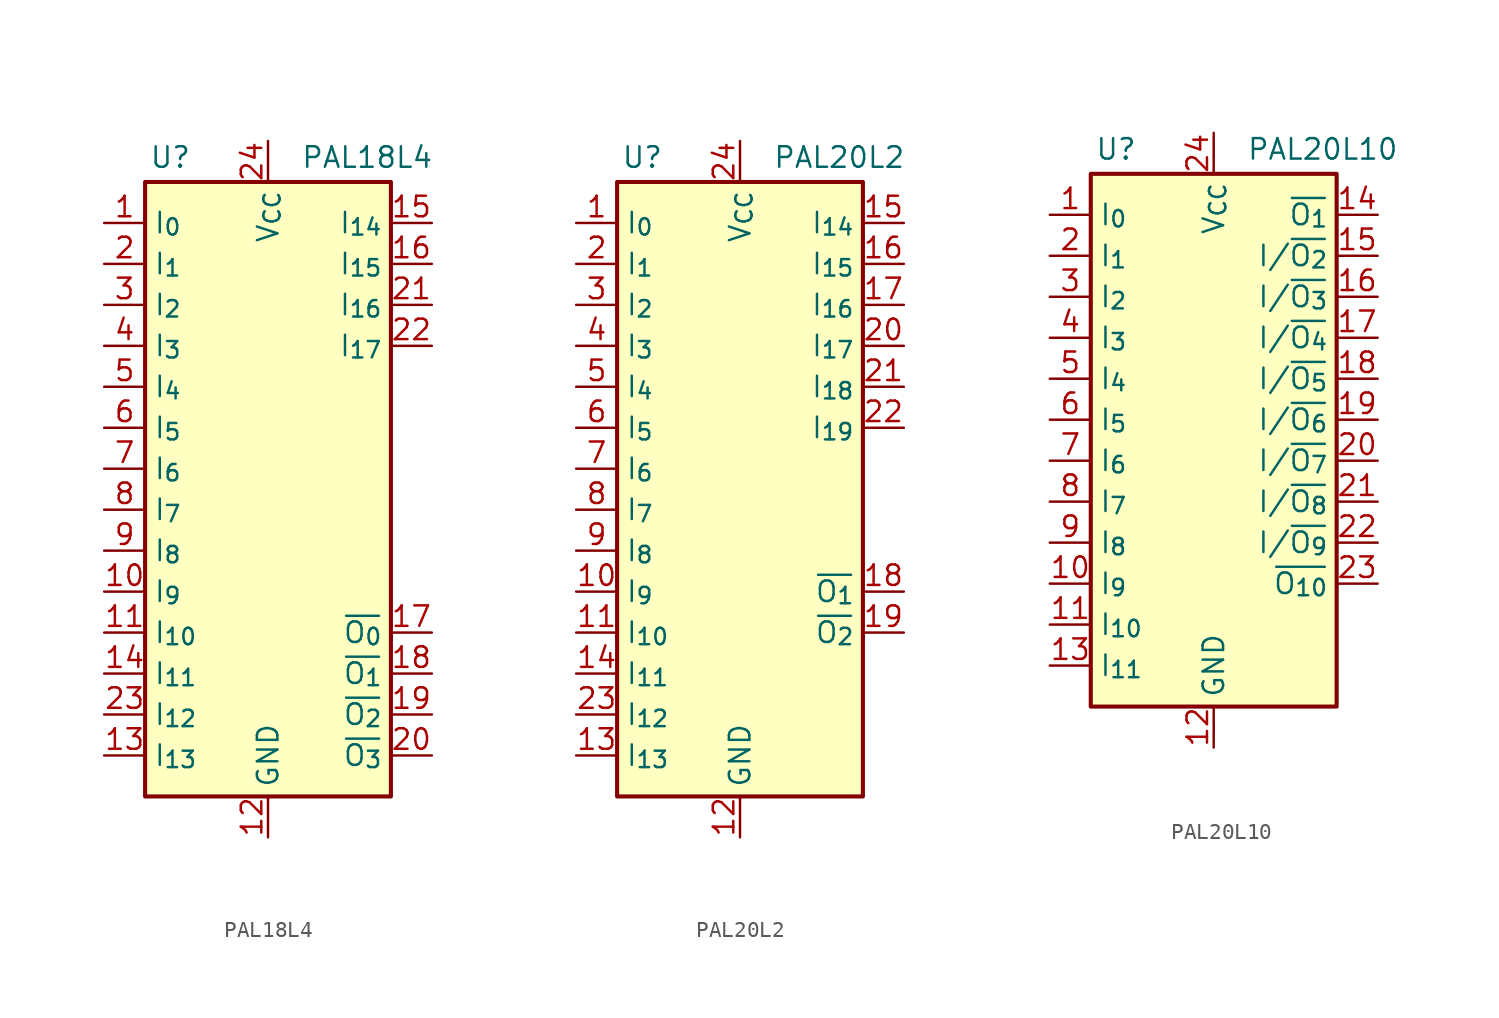
<source format=kicad_sym>
(kicad_symbol_lib
  (version 20241209)
  (generator "kicad_symbol_editor")
  (generator_version "9.0")
  (symbol "PAL18L4"
    (property "Reference" "U"
      (at -7.366 21.844 0)
      (effects (font (size 1.27 1.27)) (justify left)))
    (property "Value" "PAL18L4"
      (at 2.032 21.844 0)
      (effects (font (size 1.27 1.27)) (justify left)))
    (symbol "PAL18L4_0_0"
      (pin power_in line (at 0 -20.32 90) (length 2.54) (name "GND" (effects (font (size 1.27 1.27)))) (number "12" (effects (font (size 1.27 1.27))))))
    (symbol "PAL18L4_0_1"
      (rectangle (start -7.62 20.32) (end 7.62 -17.78) (stroke (width 0.254) (type default)) (fill (type background))))
    (symbol "PAL18L4_1_0"
      (pin power_in line (at 0 22.86 270) (length 2.54) (name "V_{CC}" (effects (font (size 1.27 1.27)))) (number "24" (effects (font (size 1.27 1.27))))))
    (symbol "PAL18L4_1_1"
      (pin input line (at -10.16 17.78 0) (length 2.54) (name "I_{0}" (effects (font (size 1.27 1.27)))) (number "1" (effects (font (size 1.27 1.27)))))
      (pin input line (at -10.16 15.24 0) (length 2.54) (name "I_{1}" (effects (font (size 1.27 1.27)))) (number "2" (effects (font (size 1.27 1.27)))))
      (pin input line (at -10.16 12.7 0) (length 2.54) (name "I_{2}" (effects (font (size 1.27 1.27)))) (number "3" (effects (font (size 1.27 1.27)))))
      (pin input line (at -10.16 10.16 0) (length 2.54) (name "I_{3}" (effects (font (size 1.27 1.27)))) (number "4" (effects (font (size 1.27 1.27)))))
      (pin input line (at -10.16 7.62 0) (length 2.54) (name "I_{4}" (effects (font (size 1.27 1.27)))) (number "5" (effects (font (size 1.27 1.27)))))
      (pin input line (at -10.16 5.08 0) (length 2.54) (name "I_{5}" (effects (font (size 1.27 1.27)))) (number "6" (effects (font (size 1.27 1.27)))))
      (pin input line (at -10.16 2.54 0) (length 2.54) (name "I_{6}" (effects (font (size 1.27 1.27)))) (number "7" (effects (font (size 1.27 1.27)))))
      (pin input line (at -10.16 0 0) (length 2.54) (name "I_{7}" (effects (font (size 1.27 1.27)))) (number "8" (effects (font (size 1.27 1.27)))))
      (pin input line (at -10.16 -2.54 0) (length 2.54) (name "I_{8}" (effects (font (size 1.27 1.27)))) (number "9" (effects (font (size 1.27 1.27)))))
      (pin input line (at -10.16 -5.08 0) (length 2.54) (name "I_{9}" (effects (font (size 1.27 1.27)))) (number "10" (effects (font (size 1.27 1.27)))))
      (pin input line (at -10.16 -7.62 0) (length 2.54) (name "I_{10}" (effects (font (size 1.27 1.27)))) (number "11" (effects (font (size 1.27 1.27)))))
      (pin input line (at -10.16 -10.16 0) (length 2.54) (name "I_{11}" (effects (font (size 1.27 1.27)))) (number "14" (effects (font (size 1.27 1.27)))))
      (pin input line (at -10.16 -12.7 0) (length 2.54) (name "I_{12}" (effects (font (size 1.27 1.27)))) (number "23" (effects (font (size 1.27 1.27)))))
      (pin input line (at -10.16 -15.24 0) (length 2.54) (name "I_{13}" (effects (font (size 1.27 1.27)))) (number "13" (effects (font (size 1.27 1.27)))))
      (pin input line (at 10.16 17.78 180) (length 2.54) (name "I_{14}" (effects (font (size 1.27 1.27)))) (number "15" (effects (font (size 1.27 1.27)))))
      (pin input line (at 10.16 15.24 180) (length 2.54) (name "I_{15}" (effects (font (size 1.27 1.27)))) (number "16" (effects (font (size 1.27 1.27)))))
      (pin input line (at 10.16 12.7 180) (length 2.54) (name "I_{16}" (effects (font (size 1.27 1.27)))) (number "21" (effects (font (size 1.27 1.27)))))
      (pin input line (at 10.16 10.16 180) (length 2.54) (name "I_{17}" (effects (font (size 1.27 1.27)))) (number "22" (effects (font (size 1.27 1.27)))))
      (pin output line (at 10.16 -7.62 180) (length 2.54) (name "~{O_{0}}" (effects (font (size 1.27 1.27)))) (number "17" (effects (font (size 1.27 1.27)))))
      (pin output line (at 10.16 -10.16 180) (length 2.54) (name "~{O_{1}}" (effects (font (size 1.27 1.27)))) (number "18" (effects (font (size 1.27 1.27)))))
      (pin output line (at 10.16 -12.7 180) (length 2.54) (name "~{O_{2}}" (effects (font (size 1.27 1.27)))) (number "19" (effects (font (size 1.27 1.27)))))
      (pin input line (at 10.16 -15.24 180) (length 2.54) (name "~{O_{3}}" (effects (font (size 1.27 1.27)))) (number "20" (effects (font (size 1.27 1.27)))))))
  (symbol "PAL20L2"
    (property "Reference" "U"
      (at -7.366 21.844 0)
      (effects (font (size 1.27 1.27)) (justify left)))
    (property "Value" "PAL20L2"
      (at 2.032 21.844 0)
      (effects (font (size 1.27 1.27)) (justify left)))
    (symbol "PAL20L2_0_0"
      (pin power_in line (at 0 -20.32 90) (length 2.54) (name "GND" (effects (font (size 1.27 1.27)))) (number "12" (effects (font (size 1.27 1.27))))))
    (symbol "PAL20L2_0_1"
      (rectangle (start -7.62 20.32) (end 7.62 -17.78) (stroke (width 0.254) (type default)) (fill (type background))))
    (symbol "PAL20L2_1_0"
      (pin power_in line (at 0 22.86 270) (length 2.54) (name "V_{CC}" (effects (font (size 1.27 1.27)))) (number "24" (effects (font (size 1.27 1.27))))))
    (symbol "PAL20L2_1_1"
      (pin input line (at -10.16 17.78 0) (length 2.54) (name "I_{0}" (effects (font (size 1.27 1.27)))) (number "1" (effects (font (size 1.27 1.27)))))
      (pin input line (at -10.16 15.24 0) (length 2.54) (name "I_{1}" (effects (font (size 1.27 1.27)))) (number "2" (effects (font (size 1.27 1.27)))))
      (pin input line (at -10.16 12.7 0) (length 2.54) (name "I_{2}" (effects (font (size 1.27 1.27)))) (number "3" (effects (font (size 1.27 1.27)))))
      (pin input line (at -10.16 10.16 0) (length 2.54) (name "I_{3}" (effects (font (size 1.27 1.27)))) (number "4" (effects (font (size 1.27 1.27)))))
      (pin input line (at -10.16 7.62 0) (length 2.54) (name "I_{4}" (effects (font (size 1.27 1.27)))) (number "5" (effects (font (size 1.27 1.27)))))
      (pin input line (at -10.16 5.08 0) (length 2.54) (name "I_{5}" (effects (font (size 1.27 1.27)))) (number "6" (effects (font (size 1.27 1.27)))))
      (pin input line (at -10.16 2.54 0) (length 2.54) (name "I_{6}" (effects (font (size 1.27 1.27)))) (number "7" (effects (font (size 1.27 1.27)))))
      (pin input line (at -10.16 0 0) (length 2.54) (name "I_{7}" (effects (font (size 1.27 1.27)))) (number "8" (effects (font (size 1.27 1.27)))))
      (pin input line (at -10.16 -2.54 0) (length 2.54) (name "I_{8}" (effects (font (size 1.27 1.27)))) (number "9" (effects (font (size 1.27 1.27)))))
      (pin input line (at -10.16 -5.08 0) (length 2.54) (name "I_{9}" (effects (font (size 1.27 1.27)))) (number "10" (effects (font (size 1.27 1.27)))))
      (pin input line (at -10.16 -7.62 0) (length 2.54) (name "I_{10}" (effects (font (size 1.27 1.27)))) (number "11" (effects (font (size 1.27 1.27)))))
      (pin input line (at -10.16 -10.16 0) (length 2.54) (name "I_{11}" (effects (font (size 1.27 1.27)))) (number "14" (effects (font (size 1.27 1.27)))))
      (pin input line (at -10.16 -12.7 0) (length 2.54) (name "I_{12}" (effects (font (size 1.27 1.27)))) (number "23" (effects (font (size 1.27 1.27)))))
      (pin input line (at -10.16 -15.24 0) (length 2.54) (name "I_{13}" (effects (font (size 1.27 1.27)))) (number "13" (effects (font (size 1.27 1.27)))))
      (pin input line (at 10.16 17.78 180) (length 2.54) (name "I_{14}" (effects (font (size 1.27 1.27)))) (number "15" (effects (font (size 1.27 1.27)))))
      (pin input line (at 10.16 15.24 180) (length 2.54) (name "I_{15}" (effects (font (size 1.27 1.27)))) (number "16" (effects (font (size 1.27 1.27)))))
      (pin input line (at 10.16 12.7 180) (length 2.54) (name "I_{16}" (effects (font (size 1.27 1.27)))) (number "17" (effects (font (size 1.27 1.27)))))
      (pin input line (at 10.16 10.16 180) (length 2.54) (name "I_{17}" (effects (font (size 1.27 1.27)))) (number "20" (effects (font (size 1.27 1.27)))))
      (pin input line (at 10.16 7.62 180) (length 2.54) (name "I_{18}" (effects (font (size 1.27 1.27)))) (number "21" (effects (font (size 1.27 1.27)))))
      (pin input line (at 10.16 5.08 180) (length 2.54) (name "I_{19}" (effects (font (size 1.27 1.27)))) (number "22" (effects (font (size 1.27 1.27)))))
      (pin output line (at 10.16 -5.08 180) (length 2.54) (name "~{O_{1}}" (effects (font (size 1.27 1.27)))) (number "18" (effects (font (size 1.27 1.27)))))
      (pin output line (at 10.16 -7.62 180) (length 2.54) (name "~{O_{2}}" (effects (font (size 1.27 1.27)))) (number "19" (effects (font (size 1.27 1.27)))))))
  (symbol "PAL20L10"
    (property "Reference" "U"
      (at -7.366 21.844 0)
      (effects (font (size 1.27 1.27)) (justify left)))
    (property "Value" "PAL20L10"
      (at 2.032 21.844 0)
      (effects (font (size 1.27 1.27)) (justify left)))
    (symbol "PAL20L10_0_0"
      (pin power_in line (at 0 -15.24 90) (length 2.54) (name "GND" (effects (font (size 1.27 1.27)))) (number "12" (effects (font (size 1.27 1.27))))))
    (symbol "PAL20L10_0_1"
      (rectangle (start -7.62 20.32) (end 7.62 -12.7) (stroke (width 0.254) (type default)) (fill (type background))))
    (symbol "PAL20L10_1_0"
      (pin power_in line (at 0 22.86 270) (length 2.54) (name "V_{CC}" (effects (font (size 1.27 1.27)))) (number "24" (effects (font (size 1.27 1.27))))))
    (symbol "PAL20L10_1_1"
      (pin input line (at -10.16 17.78 0) (length 2.54) (name "I_{0}" (effects (font (size 1.27 1.27)))) (number "1" (effects (font (size 1.27 1.27)))))
      (pin input line (at -10.16 15.24 0) (length 2.54) (name "I_{1}" (effects (font (size 1.27 1.27)))) (number "2" (effects (font (size 1.27 1.27)))))
      (pin input line (at -10.16 12.7 0) (length 2.54) (name "I_{2}" (effects (font (size 1.27 1.27)))) (number "3" (effects (font (size 1.27 1.27)))))
      (pin input line (at -10.16 10.16 0) (length 2.54) (name "I_{3}" (effects (font (size 1.27 1.27)))) (number "4" (effects (font (size 1.27 1.27)))))
      (pin input line (at -10.16 7.62 0) (length 2.54) (name "I_{4}" (effects (font (size 1.27 1.27)))) (number "5" (effects (font (size 1.27 1.27)))))
      (pin input line (at -10.16 5.08 0) (length 2.54) (name "I_{5}" (effects (font (size 1.27 1.27)))) (number "6" (effects (font (size 1.27 1.27)))))
      (pin input line (at -10.16 2.54 0) (length 2.54) (name "I_{6}" (effects (font (size 1.27 1.27)))) (number "7" (effects (font (size 1.27 1.27)))))
      (pin input line (at -10.16 0 0) (length 2.54) (name "I_{7}" (effects (font (size 1.27 1.27)))) (number "8" (effects (font (size 1.27 1.27)))))
      (pin input line (at -10.16 -2.54 0) (length 2.54) (name "I_{8}" (effects (font (size 1.27 1.27)))) (number "9" (effects (font (size 1.27 1.27)))))
      (pin input line (at -10.16 -5.08 0) (length 2.54) (name "I_{9}" (effects (font (size 1.27 1.27)))) (number "10" (effects (font (size 1.27 1.27)))))
      (pin input line (at -10.16 -7.62 0) (length 2.54) (name "I_{10}" (effects (font (size 1.27 1.27)))) (number "11" (effects (font (size 1.27 1.27)))))
      (pin input line (at -10.16 -10.16 0) (length 2.54) (name "I_{11}" (effects (font (size 1.27 1.27)))) (number "13" (effects (font (size 1.27 1.27)))))
      (pin output line (at 10.16 17.78 180) (length 2.54) (name "~{O_{1}}" (effects (font (size 1.27 1.27)))) (number "14" (effects (font (size 1.27 1.27)))))
      (pin bidirectional line (at 10.16 15.24 180) (length 2.54) (name "I/~{O_{2}}" (effects (font (size 1.27 1.27)))) (number "15" (effects (font (size 1.27 1.27)))))
      (pin bidirectional line (at 10.16 12.7 180) (length 2.54) (name "I/~{O_{3}}" (effects (font (size 1.27 1.27)))) (number "16" (effects (font (size 1.27 1.27)))))
      (pin bidirectional line (at 10.16 10.16 180) (length 2.54) (name "I/~{O_{4}}" (effects (font (size 1.27 1.27)))) (number "17" (effects (font (size 1.27 1.27)))))
      (pin bidirectional line (at 10.16 7.62 180) (length 2.54) (name "I/~{O_{5}}" (effects (font (size 1.27 1.27)))) (number "18" (effects (font (size 1.27 1.27)))))
      (pin bidirectional line (at 10.16 5.08 180) (length 2.54) (name "I/~{O_{6}}" (effects (font (size 1.27 1.27)))) (number "19" (effects (font (size 1.27 1.27)))))
      (pin bidirectional line (at 10.16 2.54 180) (length 2.54) (name "I/~{O_{7}}" (effects (font (size 1.27 1.27)))) (number "20" (effects (font (size 1.27 1.27)))))
      (pin bidirectional line (at 10.16 0 180) (length 2.54) (name "I/~{O_{8}}" (effects (font (size 1.27 1.27)))) (number "21" (effects (font (size 1.27 1.27)))))
      (pin bidirectional line (at 10.16 -2.54 180) (length 2.54) (name "I/~{O_{9}}" (effects (font (size 1.27 1.27)))) (number "22" (effects (font (size 1.27 1.27)))))
      (pin output line (at 10.16 -5.08 180) (length 2.54) (name "~{O_{10}}" (effects (font (size 1.27 1.27)))) (number "23" (effects (font (size 1.27 1.27))))))))
</source>
